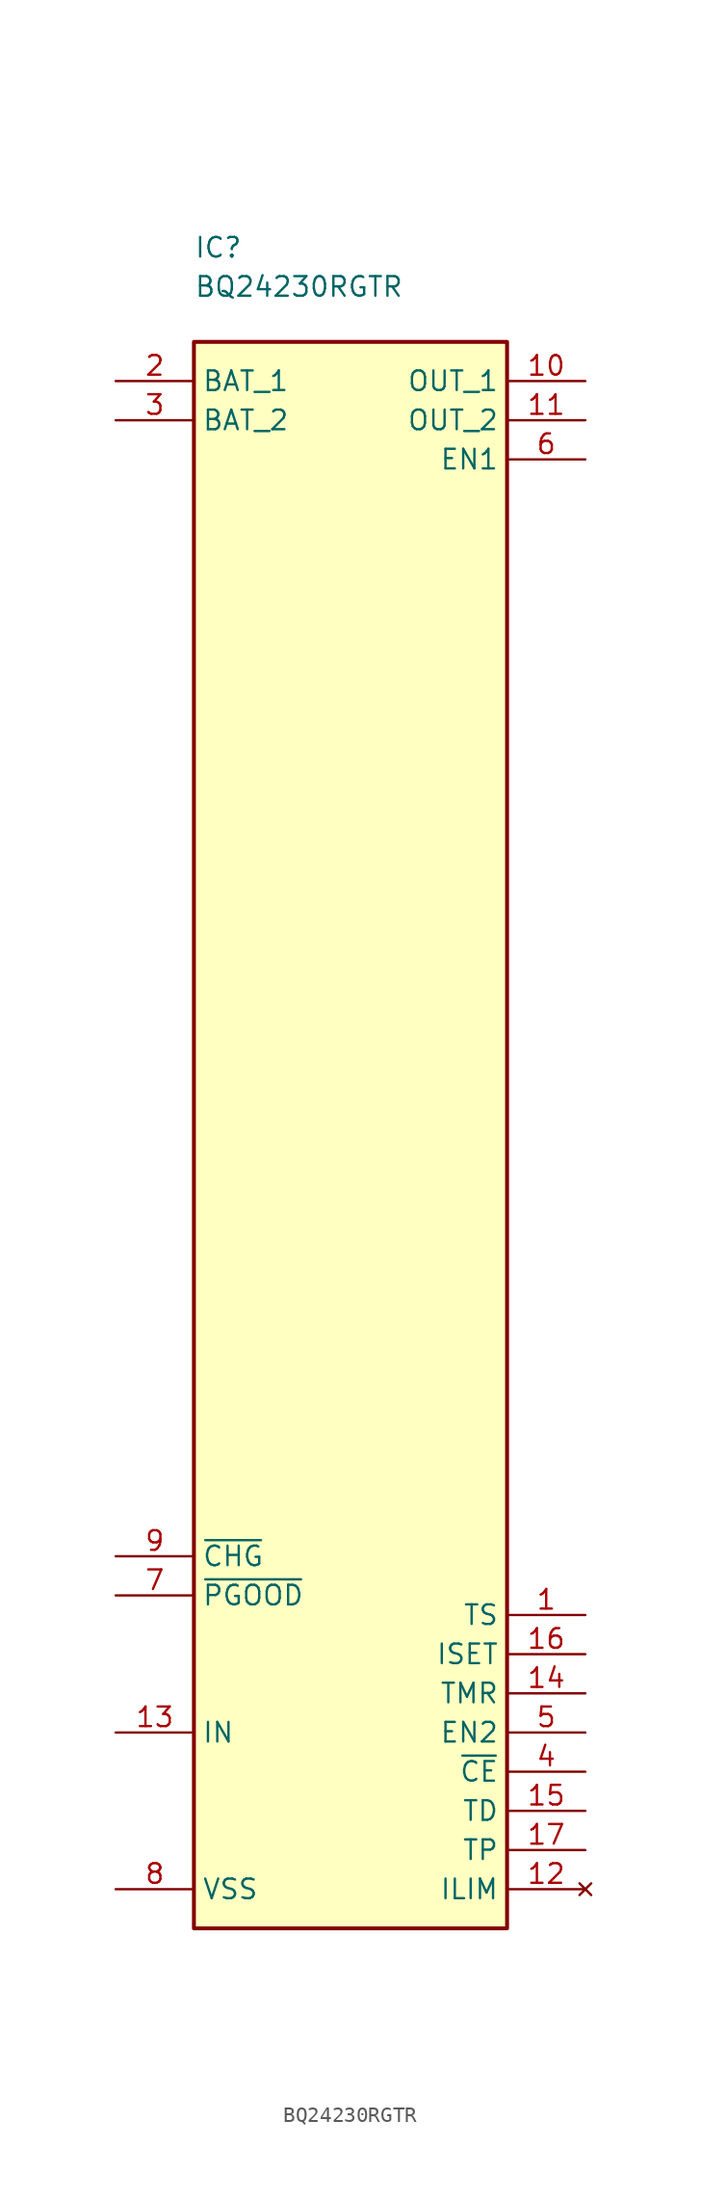
<source format=kicad_sym>
(kicad_symbol_lib
  (version 20241209)
  (generator "kicad_symbol_editor")
  (generator_version "9.0")
  (symbol "BQ24230RGTR"
    (property "Reference" "IC"
      (at -10.16 19.558 0)
      (effects (font (size 1.27 1.27)) (justify left top)))
    (property "Value" "BQ24230RGTR"
      (at -10.16 17.018 0)
      (effects (font (size 1.27 1.27)) (justify left top)))
    (symbol "BQ24230RGTR_1_1"
      (rectangle (start -10.16 12.7) (end 10.16 -90.17) (stroke (width 0.254) (type default)) (fill (type background)))
      (pin passive line (at -15.24 10.16 0) (length 5.08) (name "BAT_1" (effects (font (size 1.27 1.27)))) (number "2" (effects (font (size 1.27 1.27)))))
      (pin passive line (at -15.24 7.62 0) (length 5.08) (name "BAT_2" (effects (font (size 1.27 1.27)))) (number "3" (effects (font (size 1.27 1.27)))))
      (pin passive line (at -15.24 -66.04 0) (length 5.08) (name "~{CHG}" (effects (font (size 1.27 1.27)))) (number "9" (effects (font (size 1.27 1.27)))))
      (pin passive line (at -15.24 -68.58 0) (length 5.08) (name "~{PGOOD}" (effects (font (size 1.27 1.27)))) (number "7" (effects (font (size 1.27 1.27)))))
      (pin passive line (at -15.24 -77.47 0) (length 5.08) (name "IN" (effects (font (size 1.27 1.27)))) (number "13" (effects (font (size 1.27 1.27)))))
      (pin passive line (at -15.24 -87.63 0) (length 5.08) (name "VSS" (effects (font (size 1.27 1.27)))) (number "8" (effects (font (size 1.27 1.27)))))
      (pin passive line (at 15.24 10.16 180) (length 5.08) (name "OUT_1" (effects (font (size 1.27 1.27)))) (number "10" (effects (font (size 1.27 1.27)))))
      (pin passive line (at 15.24 7.62 180) (length 5.08) (name "OUT_2" (effects (font (size 1.27 1.27)))) (number "11" (effects (font (size 1.27 1.27)))))
      (pin passive line (at 15.24 5.08 180) (length 5.08) (name "EN1" (effects (font (size 1.27 1.27)))) (number "6" (effects (font (size 1.27 1.27)))))
      (pin passive line (at 15.24 -69.85 180) (length 5.08) (name "TS" (effects (font (size 1.27 1.27)))) (number "1" (effects (font (size 1.27 1.27)))))
      (pin passive line (at 15.24 -72.39 180) (length 5.08) (name "ISET" (effects (font (size 1.27 1.27)))) (number "16" (effects (font (size 1.27 1.27)))))
      (pin passive line (at 15.24 -74.93 180) (length 5.08) (name "TMR" (effects (font (size 1.27 1.27)))) (number "14" (effects (font (size 1.27 1.27)))))
      (pin passive line (at 15.24 -77.47 180) (length 5.08) (name "EN2" (effects (font (size 1.27 1.27)))) (number "5" (effects (font (size 1.27 1.27)))))
      (pin passive line (at 15.24 -80.01 180) (length 5.08) (name "~{CE}" (effects (font (size 1.27 1.27)))) (number "4" (effects (font (size 1.27 1.27)))))
      (pin passive line (at 15.24 -82.55 180) (length 5.08) (name "TD" (effects (font (size 1.27 1.27)))) (number "15" (effects (font (size 1.27 1.27)))))
      (pin passive line (at 15.24 -85.09 180) (length 5.08) (name "TP" (effects (font (size 1.27 1.27)))) (number "17" (effects (font (size 1.27 1.27)))))
      (pin no_connect line (at 15.24 -87.63 180) (length 5.08) (name "ILIM" (effects (font (size 1.27 1.27)))) (number "12" (effects (font (size 1.27 1.27))))))))
</source>
